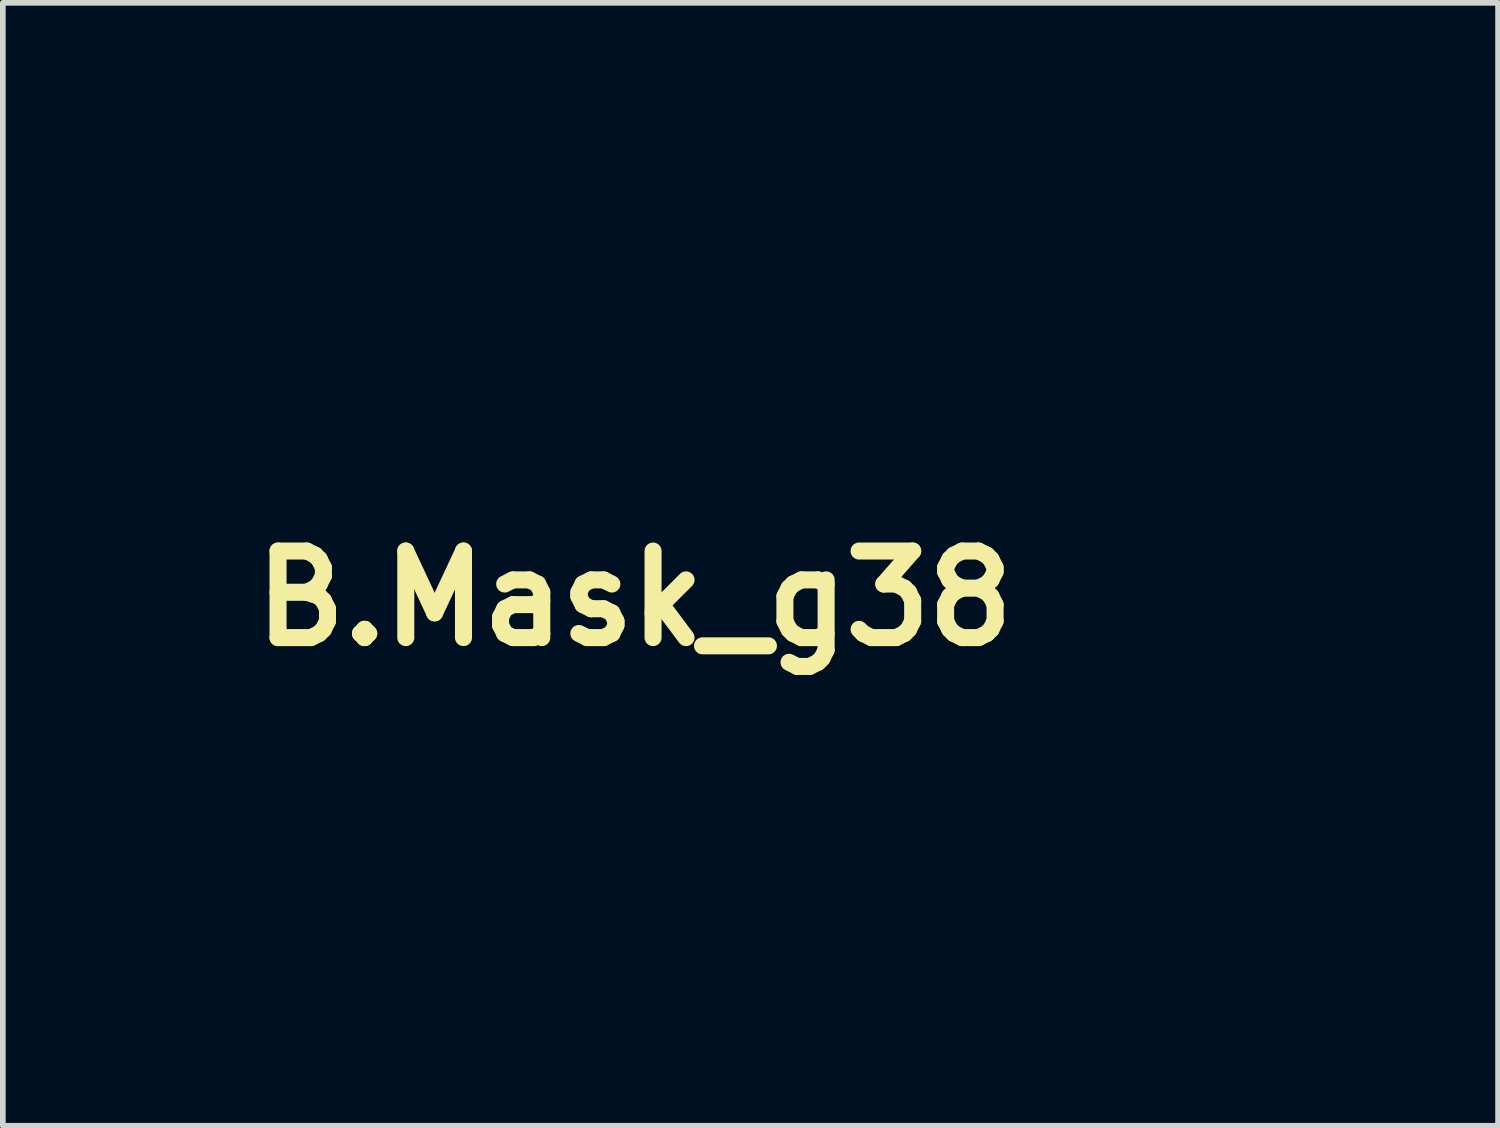
<source format=kicad_pcb>
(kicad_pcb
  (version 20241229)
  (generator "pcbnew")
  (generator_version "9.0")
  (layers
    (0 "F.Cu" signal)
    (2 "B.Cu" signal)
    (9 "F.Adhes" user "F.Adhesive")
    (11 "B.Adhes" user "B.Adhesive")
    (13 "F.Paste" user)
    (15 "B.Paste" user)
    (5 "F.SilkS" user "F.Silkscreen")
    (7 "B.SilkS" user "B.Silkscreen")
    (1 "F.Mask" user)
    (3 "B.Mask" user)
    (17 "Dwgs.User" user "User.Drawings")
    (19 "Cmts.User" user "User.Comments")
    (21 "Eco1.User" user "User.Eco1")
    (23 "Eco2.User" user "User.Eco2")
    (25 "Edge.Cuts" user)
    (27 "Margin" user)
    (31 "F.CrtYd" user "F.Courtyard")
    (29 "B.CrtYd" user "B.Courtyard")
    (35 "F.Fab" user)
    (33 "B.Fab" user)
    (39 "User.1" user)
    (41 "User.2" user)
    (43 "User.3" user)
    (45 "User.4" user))
  (footprint "B.Mask_g38"
    (layer "F.Cu")
    (at 8.124 7.489)
    (property "Reference" "B.Mask_g38" (at 0 0 0) (layer "F.SilkS") (effects (font (size 1.524 1.524) (thickness 0.3))))
    (attr through_hole)
    (fp_poly (pts (xy -5.522 -7.469) (xy -5.091 -7.414) (xy -4.668 -7.321) (xy -4.251 -7.187) (xy -4.005 -7.089) (xy -3.672 -6.93) (xy -3.327 -6.733) (xy -2.971 -6.501) (xy -2.607 -6.235) (xy -2.239 -5.937) (xy -1.868 -5.608) (xy -1.497 -5.252) (xy -1.406 -5.16) (xy -1.286 -5.037) (xy -1.173 -4.919) (xy -1.063 -4.801) (xy -0.953 -4.68) (xy -0.84 -4.552) (xy -0.72 -4.413) (xy -0.591 -4.261) (xy -0.45 -4.091) (xy -0.293 -3.899) (xy -0.117 -3.682) (xy 0.081 -3.437) (xy 0.151 -3.35) (xy 0.552 -2.854) (xy 0.929 -2.392) (xy 1.286 -1.961) (xy 1.622 -1.56) (xy 1.94 -1.186) (xy 2.24 -0.839) (xy 2.526 -0.517) (xy 2.797 -0.218) (xy 3.055 0.059) (xy 3.302 0.317) (xy 3.45 0.468) (xy 3.608 0.624) (xy 3.743 0.754) (xy 3.861 0.861) (xy 3.968 0.949) (xy 4.068 1.024) (xy 4.167 1.089) (xy 4.271 1.148) (xy 4.319 1.174) (xy 4.498 1.258) (xy 4.661 1.315) (xy 4.825 1.348) (xy 5.005 1.362) (xy 5.091 1.363) (xy 5.217 1.36) (xy 5.318 1.352) (xy 5.407 1.337) (xy 5.501 1.314) (xy 5.535 1.304) (xy 5.611 1.28) (xy 5.686 1.254) (xy 5.763 1.225) (xy 5.844 1.19) (xy 5.93 1.148) (xy 6.026 1.099) (xy 6.132 1.041) (xy 6.25 0.972) (xy 6.385 0.891) (xy 6.536 0.797) (xy 6.708 0.689) (xy 6.902 0.564) (xy 7.12 0.422) (xy 7.365 0.261) (xy 7.639 0.079) (xy 7.944 -0.123) (xy 8.16 -0.267) (xy 8.515 -0.503) (xy 8.838 -0.717) (xy 9.129 -0.91) (xy 9.391 -1.083) (xy 9.626 -1.237) (xy 9.836 -1.373) (xy 10.023 -1.493) (xy 10.188 -1.598) (xy 10.335 -1.689) (xy 10.464 -1.767) (xy 10.578 -1.834) (xy 10.678 -1.891) (xy 10.768 -1.939) (xy 10.848 -1.979) (xy 10.92 -2.012) (xy 10.988 -2.04) (xy 11.052 -2.064) (xy 11.089 -2.077) (xy 11.257 -2.112) (xy 11.43 -2.111) (xy 11.596 -2.073) (xy 11.671 -2.041) (xy 11.807 -1.956) (xy 11.937 -1.843) (xy 12.05 -1.712) (xy 12.132 -1.577) (xy 12.134 -1.575) (xy 12.169 -1.495) (xy 12.19 -1.428) (xy 12.2 -1.359) (xy 12.202 -1.267) (xy 12.202 -1.249) (xy 12.201 -1.178) (xy 12.197 -1.118) (xy 12.187 -1.061) (xy 12.168 -0.996) (xy 12.139 -0.915) (xy 12.097 -0.807) (xy 12.079 -0.762) (xy 12.032 -0.65) (xy 11.971 -0.511) (xy 11.901 -0.356) (xy 11.825 -0.195) (xy 11.75 -0.039) (xy 11.726 0.011) (xy 11.578 0.3) (xy 11.438 0.555) (xy 11.3 0.783) (xy 11.16 0.99) (xy 11.013 1.183) (xy 10.855 1.369) (xy 10.682 1.554) (xy 10.637 1.599) (xy 10.46 1.77) (xy 10.293 1.917) (xy 10.124 2.05) (xy 9.939 2.177) (xy 9.742 2.301) (xy 9.469 2.472) (xy 9.236 2.63) (xy 9.042 2.774) (xy 8.887 2.905) (xy 8.773 3.022) (xy 8.698 3.126) (xy 8.671 3.184) (xy 8.645 3.279) (xy 8.638 3.36) (xy 8.652 3.448) (xy 8.668 3.507) (xy 8.709 3.608) (xy 8.78 3.733) (xy 8.876 3.878) (xy 8.997 4.04) (xy 9.138 4.215) (xy 9.297 4.4) (xy 9.471 4.59) (xy 9.487 4.607) (xy 9.586 4.713) (xy 9.658 4.795) (xy 9.706 4.858) (xy 9.734 4.905) (xy 9.745 4.937) (xy 9.752 5.005) (xy 9.739 5.05) (xy 9.703 5.074) (xy 9.64 5.079) (xy 9.545 5.065) (xy 9.436 5.039) (xy 9.326 5.008) (xy 9.211 4.97) (xy 9.085 4.921) (xy 8.942 4.86) (xy 8.776 4.783) (xy 8.582 4.69) (xy 8.488 4.643) (xy 8.319 4.558) (xy 8.158 4.474) (xy 8.001 4.388) (xy 7.843 4.297) (xy 7.676 4.198) (xy 7.497 4.088) (xy 7.3 3.962) (xy 7.079 3.819) (xy 6.828 3.655) (xy 6.827 3.654) (xy 6.67 3.552) (xy 6.514 3.452) (xy 6.363 3.357) (xy 6.225 3.272) (xy 6.105 3.201) (xy 6.011 3.148) (xy 5.971 3.127) (xy 5.65 2.985) (xy 5.327 2.884) (xy 5.001 2.822) (xy 4.669 2.799) (xy 4.329 2.817) (xy 3.979 2.873) (xy 3.616 2.97) (xy 3.493 3.01) (xy 3.171 3.127) (xy 2.847 3.259) (xy 2.518 3.407) (xy 2.181 3.572) (xy 1.833 3.757) (xy 1.471 3.962) (xy 1.093 4.19) (xy 0.695 4.442) (xy 0.276 4.719) (xy -0.168 5.024) (xy -0.529 5.278) (xy -0.679 5.384) (xy -0.829 5.488) (xy -0.972 5.587) (xy -1.103 5.675) (xy -1.214 5.749) (xy -1.3 5.804) (xy -1.331 5.823) (xy -1.654 5.997) (xy -1.974 6.129) (xy -2.292 6.221) (xy -2.544 6.265) (xy -2.652 6.274) (xy -2.789 6.28) (xy -2.94 6.283) (xy -3.092 6.282) (xy -3.231 6.277) (xy -3.343 6.269) (xy -3.355 6.267) (xy -3.461 6.255) (xy -3.387 6.2) (xy -3.356 6.177) (xy -3.293 6.133) (xy -3.203 6.07) (xy -3.088 5.99) (xy -2.952 5.896) (xy -2.799 5.789) (xy -2.632 5.673) (xy -2.454 5.55) (xy -2.349 5.478) (xy -2.13 5.326) (xy -1.889 5.159) (xy -1.634 4.982) (xy -1.375 4.803) (xy -1.119 4.626) (xy -0.875 4.457) (xy -0.651 4.302) (xy -0.508 4.203) (xy -0.332 4.081) (xy -0.164 3.963) (xy -0.008 3.852) (xy 0.133 3.751) (xy 0.255 3.662) (xy 0.355 3.589) (xy 0.427 3.533) (xy 0.469 3.499) (xy 0.472 3.496) (xy 0.581 3.368) (xy 0.651 3.234) (xy 0.683 3.089) (xy 0.686 3.012) (xy 0.666 2.849) (xy 0.611 2.708) (xy 0.519 2.588) (xy 0.39 2.488) (xy 0.287 2.432) (xy 0.24 2.415) (xy 0.156 2.389) (xy 0.039 2.354) (xy -0.108 2.313) (xy -0.281 2.266) (xy -0.476 2.213) (xy -0.69 2.157) (xy -0.918 2.098) (xy -0.974 2.084) (xy -1.193 2.028) (xy -1.406 1.972) (xy -1.607 1.919) (xy -1.793 1.869) (xy -1.958 1.823) (xy -2.098 1.784) (xy -2.209 1.752) (xy -2.285 1.728) (xy -2.307 1.72) (xy -2.651 1.572) (xy -2.965 1.393) (xy -3.251 1.184) (xy -3.507 0.944) (xy -3.733 0.674) (xy -3.898 0.429) (xy -3.945 0.346) (xy -4.002 0.235) (xy -4.065 0.108) (xy -4.127 -0.023) (xy -4.16 -0.096) (xy -4.219 -0.226) (xy -4.283 -0.36) (xy -4.345 -0.486) (xy -4.399 -0.592) (xy -4.424 -0.637) (xy -4.664 -1.024) (xy -4.932 -1.379) (xy -5.228 -1.701) (xy -5.551 -1.991) (xy -5.902 -2.25) (xy -6.281 -2.476) (xy -6.688 -2.671) (xy -6.861 -2.741) (xy -7.032 -2.811) (xy -7.167 -2.876) (xy -7.271 -2.938) (xy -7.348 -3.002) (xy -7.405 -3.07) (xy -7.43 -3.113) (xy -7.467 -3.226) (xy -7.465 -3.346) (xy -7.423 -3.477) (xy -7.343 -3.62) (xy -7.319 -3.655) (xy -7.285 -3.695) (xy -7.224 -3.757) (xy -7.141 -3.838) (xy -7.041 -3.934) (xy -6.928 -4.038) (xy -6.807 -4.148) (xy -6.79 -4.162) (xy -6.612 -4.323) (xy -6.465 -4.462) (xy -6.346 -4.583) (xy -6.252 -4.688) (xy -6.182 -4.781) (xy -6.131 -4.866) (xy -6.099 -4.946) (xy -6.081 -5.025) (xy -6.076 -5.101) (xy -6.097 -5.229) (xy -6.159 -5.354) (xy -6.264 -5.475) (xy -6.41 -5.593) (xy -6.411 -5.593) (xy -6.451 -5.617) (xy -6.524 -5.657) (xy -6.625 -5.711) (xy -6.75 -5.775) (xy -6.893 -5.849) (xy -7.05 -5.928) (xy -7.216 -6.011) (xy -7.226 -6.016) (xy -7.409 -6.108) (xy -7.575 -6.193) (xy -7.72 -6.269) (xy -7.841 -6.334) (xy -7.934 -6.387) (xy -7.996 -6.425) (xy -8.017 -6.441) (xy -8.086 -6.533) (xy -8.119 -6.639) (xy -8.119 -6.752) (xy -8.088 -6.865) (xy -8.027 -6.974) (xy -7.94 -7.072) (xy -7.827 -7.151) (xy -7.77 -7.179) (xy -7.679 -7.213) (xy -7.555 -7.25) (xy -7.406 -7.289) (xy -7.241 -7.328) (xy -7.069 -7.365) (xy -6.898 -7.396) (xy -6.89 -7.398) (xy -6.419 -7.46) (xy -5.964 -7.484) (xy -5.522 -7.469)) (stroke (width 0.01) (type solid)) (fill yes) (layer "B.Mask")))
  (gr_rect
    (start -3 -3)
    (end 23.332 16.776)
    (stroke (width 0.1) (type default))
    (fill no)
    (layer "Edge.Cuts")))
</source>
